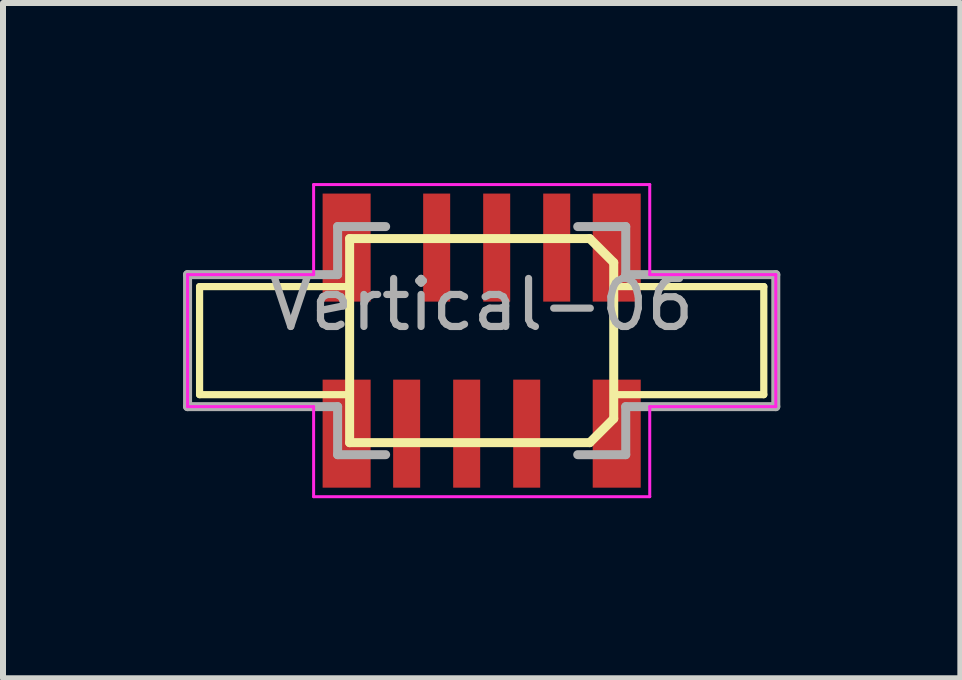
<source format=kicad_pcb>
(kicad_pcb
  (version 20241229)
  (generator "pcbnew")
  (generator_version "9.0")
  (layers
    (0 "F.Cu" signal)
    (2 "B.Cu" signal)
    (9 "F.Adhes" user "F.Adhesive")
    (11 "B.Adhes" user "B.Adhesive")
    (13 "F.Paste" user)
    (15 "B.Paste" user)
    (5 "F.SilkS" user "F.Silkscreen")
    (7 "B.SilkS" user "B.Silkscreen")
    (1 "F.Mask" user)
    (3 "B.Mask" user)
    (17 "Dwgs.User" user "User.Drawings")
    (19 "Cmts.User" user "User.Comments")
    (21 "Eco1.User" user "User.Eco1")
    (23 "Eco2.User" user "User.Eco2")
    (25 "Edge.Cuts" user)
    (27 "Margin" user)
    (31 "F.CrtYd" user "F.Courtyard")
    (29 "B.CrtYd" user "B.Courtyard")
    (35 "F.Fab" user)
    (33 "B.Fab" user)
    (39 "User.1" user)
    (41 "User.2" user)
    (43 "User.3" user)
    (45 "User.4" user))
  (footprint "Vertical-06"
    (layer "F.Cu")
    (at 4.975 2.625)
    (property "Reference" "Vertical-06" (at 0 -0.6 0) (layer "F.Fab") (effects (font (size 0.8 0.8) (thickness 0.12))))
    (attr through_hole)
    (fp_line (start -4.7 -0.9) (end -4.7 0.9) (stroke (width 0.12) (type solid)) (layer "F.SilkS"))
    (fp_line (start -4.7 -0.9) (end -2.2 -0.9) (stroke (width 0.12) (type solid)) (layer "F.SilkS"))
    (fp_line (start -4.7 0.9) (end -2.2 0.9) (stroke (width 0.12) (type solid)) (layer "F.SilkS"))
    (fp_line (start -2.2 1.7) (end -2.2 -1.7) (stroke (width 0.15) (type solid)) (layer "F.SilkS"))
    (fp_line (start 1.8 -1.7) (end -2.2 -1.7) (stroke (width 0.15) (type solid)) (layer "F.SilkS"))
    (fp_line (start 1.8 1.7) (end -2.2 1.7) (stroke (width 0.15) (type solid)) (layer "F.SilkS"))
    (fp_line (start 2.2 -1.3) (end 1.8 -1.7) (stroke (width 0.15) (type solid)) (layer "F.SilkS"))
    (fp_line (start 2.2 -0.9) (end 4.7 -0.9) (stroke (width 0.12) (type solid)) (layer "F.SilkS"))
    (fp_line (start 2.2 0.9) (end 4.7 0.9) (stroke (width 0.12) (type solid)) (layer "F.SilkS"))
    (fp_line (start 2.2 1.3) (end 1.8 1.7) (stroke (width 0.15) (type solid)) (layer "F.SilkS"))
    (fp_line (start 2.2 1.3) (end 2.2 -1.3) (stroke (width 0.15) (type solid)) (layer "F.SilkS"))
    (fp_line (start 4.7 -0.9) (end 4.7 0.9) (stroke (width 0.12) (type solid)) (layer "F.SilkS"))
    (fp_line (start -4.9 1.1) (end -4.9 -1.1) (stroke (width 0.05) (type solid)) (layer "F.CrtYd"))
    (fp_line (start -2.8 -2.6) (end -2.8 -1.1) (stroke (width 0.05) (type solid)) (layer "F.CrtYd"))
    (fp_line (start -2.8 -2.6) (end 2.8 -2.6) (stroke (width 0.05) (type solid)) (layer "F.CrtYd"))
    (fp_line (start -2.8 -1.1) (end -4.9 -1.1) (stroke (width 0.05) (type solid)) (layer "F.CrtYd"))
    (fp_line (start -2.8 1.1) (end -4.9 1.1) (stroke (width 0.05) (type solid)) (layer "F.CrtYd"))
    (fp_line (start -2.8 1.1) (end -2.8 2.6) (stroke (width 0.05) (type solid)) (layer "F.CrtYd"))
    (fp_line (start -2.8 2.6) (end 2.8 2.6) (stroke (width 0.05) (type solid)) (layer "F.CrtYd"))
    (fp_line (start 2.8 -1.1) (end 2.8 -2.6) (stroke (width 0.05) (type solid)) (layer "F.CrtYd"))
    (fp_line (start 2.8 1.1) (end 2.8 2.6) (stroke (width 0.05) (type solid)) (layer "F.CrtYd"))
    (fp_line (start 4.9 -1.1) (end 2.8 -1.1) (stroke (width 0.05) (type solid)) (layer "F.CrtYd"))
    (fp_line (start 4.9 -1.1) (end 4.9 1.1) (stroke (width 0.05) (type solid)) (layer "F.CrtYd"))
    (fp_line (start 4.9 1.1) (end 2.8 1.1) (stroke (width 0.05) (type solid)) (layer "F.CrtYd"))
    (fp_line (start -4.9 -1.1) (end -2.4 -1.1) (stroke (width 0.15) (type solid)) (layer "F.Fab"))
    (fp_line (start -4.9 1.1) (end -4.9 -1.1) (stroke (width 0.15) (type solid)) (layer "F.Fab"))
    (fp_line (start -4.9 1.1) (end -2.4 1.1) (stroke (width 0.15) (type solid)) (layer "F.Fab"))
    (fp_line (start -2.4 -1.9) (end -2.4 -1.1) (stroke (width 0.15) (type solid)) (layer "F.Fab"))
    (fp_line (start -2.4 1.1) (end -2.4 1.9) (stroke (width 0.15) (type solid)) (layer "F.Fab"))
    (fp_line (start -1.6 -1.9) (end -2.4 -1.9) (stroke (width 0.15) (type solid)) (layer "F.Fab"))
    (fp_line (start -1.6 1.9) (end -2.4 1.9) (stroke (width 0.15) (type solid)) (layer "F.Fab"))
    (fp_line (start 2.4 -1.9) (end 1.6 -1.9) (stroke (width 0.15) (type solid)) (layer "F.Fab"))
    (fp_line (start 2.4 -1.9) (end 2.4 -1.1) (stroke (width 0.15) (type solid)) (layer "F.Fab"))
    (fp_line (start 2.4 -1.1) (end 4.9 -1.1) (stroke (width 0.15) (type solid)) (layer "F.Fab"))
    (fp_line (start 2.4 1.1) (end 2.4 1.9) (stroke (width 0.15) (type solid)) (layer "F.Fab"))
    (fp_line (start 2.4 1.1) (end 4.9 1.1) (stroke (width 0.15) (type solid)) (layer "F.Fab"))
    (fp_line (start 2.4 1.9) (end 1.6 1.9) (stroke (width 0.15) (type solid)) (layer "F.Fab"))
    (fp_line (start 4.9 1.1) (end 4.9 -1.1) (stroke (width 0.15) (type solid)) (layer "F.Fab"))
    (pad "0" smd rect (at -2.25 -1.55) (size 0.8 1.8) (layers "F.Cu" "F.Mask" "F.Paste"))
    (pad "0" smd rect (at -2.25 1.55) (size 0.8 1.8) (layers "F.Cu" "F.Mask" "F.Paste"))
    (pad "0" smd rect (at 2.25 -1.55) (size 0.8 1.8) (layers "F.Cu" "F.Mask" "F.Paste"))
    (pad "0" smd rect (at 2.25 1.55) (size 0.8 1.8) (layers "F.Cu" "F.Mask" "F.Paste"))
    (pad "1" smd rect (at -1.25 1.55) (size 0.45 1.8) (layers "F.Cu" "F.Mask" "F.Paste"))
    (pad "2" smd rect (at -0.75 -1.55) (size 0.45 1.8) (layers "F.Cu" "F.Mask" "F.Paste"))
    (pad "3" smd rect (at -0.25 1.55) (size 0.45 1.8) (layers "F.Cu" "F.Mask" "F.Paste"))
    (pad "4" smd rect (at 0.25 -1.55) (size 0.45 1.8) (layers "F.Cu" "F.Mask" "F.Paste"))
    (pad "5" smd rect (at 0.75 1.55) (size 0.45 1.8) (layers "F.Cu" "F.Mask" "F.Paste"))
    (pad "6" smd rect (at 1.25 -1.55) (size 0.45 1.8) (layers "F.Cu" "F.Mask" "F.Paste")))
  (gr_rect
    (start -3 -3)
    (end 12.95 8.25)
    (stroke (width 0.1) (type default))
    (fill no)
    (layer "Edge.Cuts")))
</source>
